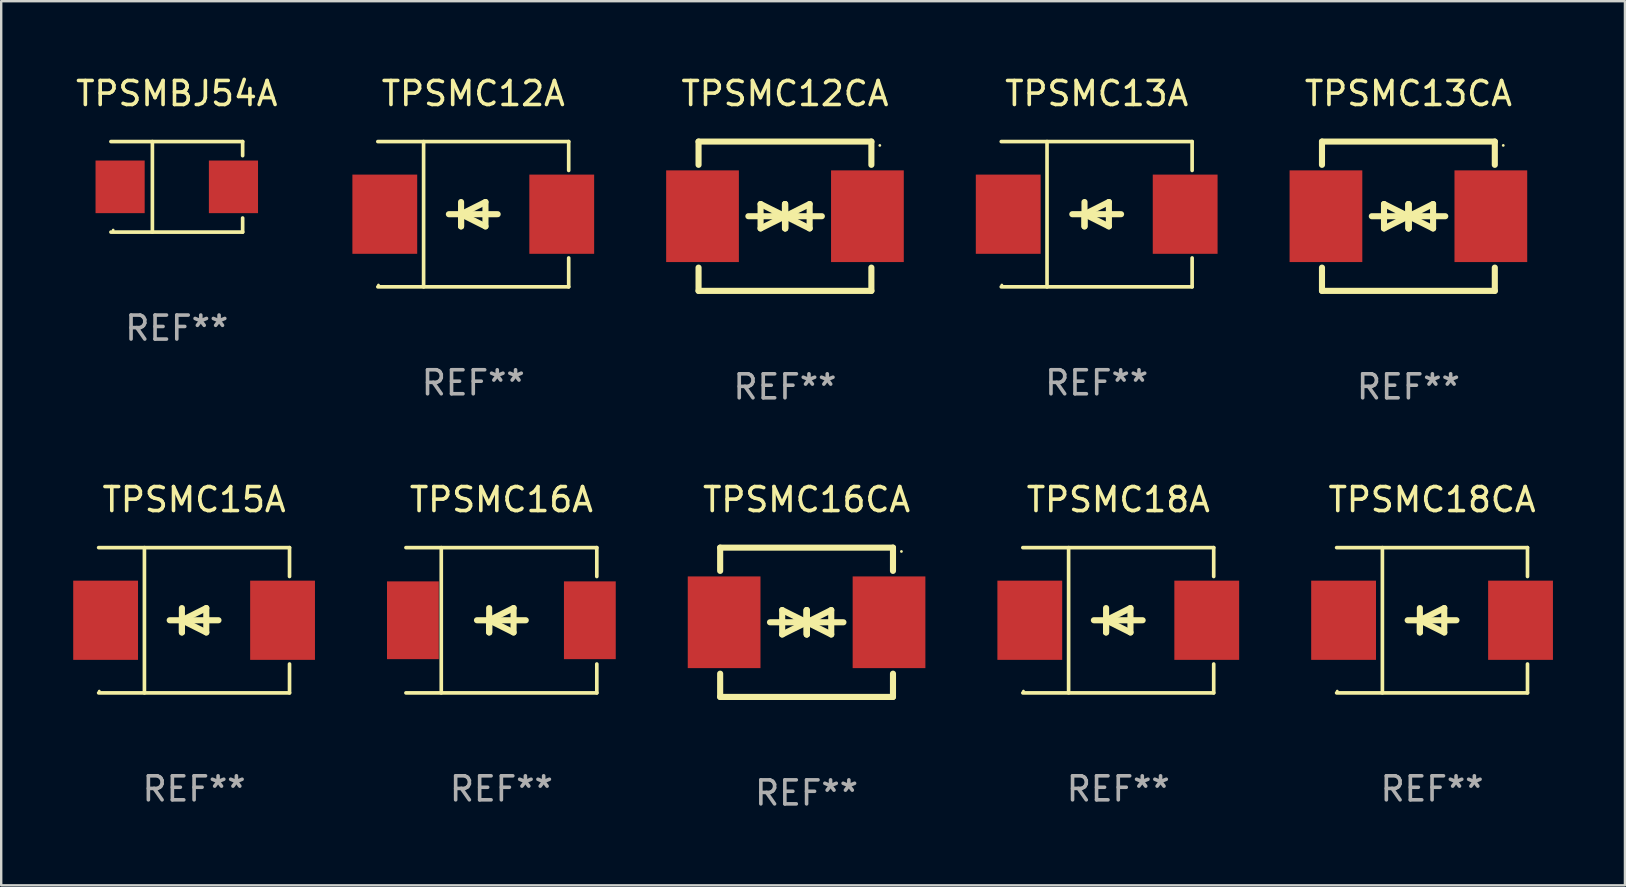
<source format=kicad_pcb>
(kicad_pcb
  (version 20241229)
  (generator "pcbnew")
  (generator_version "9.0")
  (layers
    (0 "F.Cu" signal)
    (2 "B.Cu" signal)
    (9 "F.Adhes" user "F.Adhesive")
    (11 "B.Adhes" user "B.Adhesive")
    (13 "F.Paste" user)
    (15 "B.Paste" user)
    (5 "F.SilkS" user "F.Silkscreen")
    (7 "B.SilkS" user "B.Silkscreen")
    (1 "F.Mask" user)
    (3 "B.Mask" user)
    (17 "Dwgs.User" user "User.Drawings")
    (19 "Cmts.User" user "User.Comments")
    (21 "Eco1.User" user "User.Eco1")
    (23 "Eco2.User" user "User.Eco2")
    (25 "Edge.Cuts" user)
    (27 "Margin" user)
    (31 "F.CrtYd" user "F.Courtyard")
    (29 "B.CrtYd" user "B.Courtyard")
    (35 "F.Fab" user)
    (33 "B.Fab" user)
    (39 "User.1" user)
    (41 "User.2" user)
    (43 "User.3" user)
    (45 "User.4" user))
  (footprint "TPSMC18A"
    (layer "F.Cu")
    (at 43.539 22.791)
    (property "Reference" "TPSMC18A" (at 0 -5.026 0) (layer "F.SilkS") (effects (font (size 1 1) (thickness 0.15))))
    (attr through_hole)
    (fp_line (start -3.976 -3.026) (end 3.976 -3.026) (stroke (width 0.152) (type solid)) (layer "F.SilkS"))
    (fp_line (start -3.976 3.026) (end 3.976 3.026) (stroke (width 0.152) (type solid)) (layer "F.SilkS"))
    (fp_line (start -2.069 -3.026) (end -2.069 3.026) (stroke (width 0.152) (type solid)) (layer "F.SilkS"))
    (fp_line (start -0.508 0) (end -0.508 0.508) (stroke (width 0.254) (type solid)) (layer "F.SilkS"))
    (fp_line (start -0.508 0) (end 0.508 0.508) (stroke (width 0.254) (type solid)) (layer "F.SilkS"))
    (fp_line (start -0.508 0.508) (end -0.508 -0.508) (stroke (width 0.254) (type solid)) (layer "F.SilkS"))
    (fp_line (start 0.508 -0.508) (end -0.508 0) (stroke (width 0.254) (type solid)) (layer "F.SilkS"))
    (fp_line (start 0.508 0.508) (end 0.508 -0.508) (stroke (width 0.254) (type solid)) (layer "F.SilkS"))
    (fp_line (start 1.016 0) (end -1.016 0) (stroke (width 0.254) (type solid)) (layer "F.SilkS"))
    (fp_line (start 3.976 -3.026) (end 3.976 -1.823) (stroke (width 0.152) (type solid)) (layer "F.SilkS"))
    (fp_line (start 3.976 3.026) (end 3.976 1.823) (stroke (width 0.152) (type solid)) (layer "F.SilkS"))
    (fp_circle (center -3.95 2.95) (end -3.92 2.95) (stroke (width 0.06) (type solid)) (fill no) (layer "F.SilkS"))
    (fp_text user "REF**" (at 0 7.026 0) (layer "F.Fab") (effects (font (size 1 1) (thickness 0.15))))
    (pad "1" smd rect (at -3.686 0) (size 2.7 3.3) (layers "F.Cu" "F.Mask" "F.Paste"))
    (pad "2" smd rect (at 3.686 0) (size 2.7 3.3) (layers "F.Cu" "F.Mask" "F.Paste")))
  (footprint "TPSMC16A"
    (layer "F.Cu")
    (at 17.838 22.791)
    (property "Reference" "TPSMC16A" (at 0 -5.026 0) (layer "F.SilkS") (effects (font (size 1 1) (thickness 0.15))))
    (attr through_hole)
    (fp_line (start -3.976 -3.026) (end 3.976 -3.026) (stroke (width 0.152) (type solid)) (layer "F.SilkS"))
    (fp_line (start -3.976 3.026) (end 3.976 3.026) (stroke (width 0.152) (type solid)) (layer "F.SilkS"))
    (fp_line (start -2.504 -3.026) (end -2.504 3.026) (stroke (width 0.152) (type solid)) (layer "F.SilkS"))
    (fp_line (start -0.508 0) (end -0.508 0.508) (stroke (width 0.254) (type solid)) (layer "F.SilkS"))
    (fp_line (start -0.508 0) (end 0.508 0.508) (stroke (width 0.254) (type solid)) (layer "F.SilkS"))
    (fp_line (start -0.508 0.508) (end -0.508 -0.508) (stroke (width 0.254) (type solid)) (layer "F.SilkS"))
    (fp_line (start 0.508 -0.508) (end -0.508 0) (stroke (width 0.254) (type solid)) (layer "F.SilkS"))
    (fp_line (start 0.508 0.508) (end 0.508 -0.508) (stroke (width 0.254) (type solid)) (layer "F.SilkS"))
    (fp_line (start 1.016 0) (end -1.016 0) (stroke (width 0.254) (type solid)) (layer "F.SilkS"))
    (fp_line (start 3.976 -3.026) (end 3.976 -1.823) (stroke (width 0.152) (type solid)) (layer "F.SilkS"))
    (fp_line (start 3.976 3.026) (end 3.976 1.823) (stroke (width 0.152) (type solid)) (layer "F.SilkS"))
    (fp_circle (center 3.95 -2.95) (end 3.98 -2.95) (stroke (width 0.06) (type solid)) (fill no) (layer "F.SilkS"))
    (fp_text user "REF**" (at 0 7.026 0) (layer "F.Fab") (effects (font (size 1 1) (thickness 0.15))))
    (pad "1" smd rect (at 3.686 0 180) (size 2.158 3.24) (layers "F.Cu" "F.Mask" "F.Paste"))
    (pad "2" smd rect (at -3.686 0 180) (size 2.158 3.24) (layers "F.Cu" "F.Mask" "F.Paste")))
  (footprint "TPSMC12A"
    (layer "F.Cu")
    (at 16.667 5.874)
    (property "Reference" "TPSMC12A" (at 0 -5.026 0) (layer "F.SilkS") (effects (font (size 1 1) (thickness 0.15))))
    (attr through_hole)
    (fp_line (start -3.976 -3.026) (end 3.976 -3.026) (stroke (width 0.152) (type solid)) (layer "F.SilkS"))
    (fp_line (start -3.976 3.026) (end 3.976 3.026) (stroke (width 0.152) (type solid)) (layer "F.SilkS"))
    (fp_line (start -2.069 -3.026) (end -2.069 3.026) (stroke (width 0.152) (type solid)) (layer "F.SilkS"))
    (fp_line (start -0.508 0) (end -0.508 0.508) (stroke (width 0.254) (type solid)) (layer "F.SilkS"))
    (fp_line (start -0.508 0) (end 0.508 0.508) (stroke (width 0.254) (type solid)) (layer "F.SilkS"))
    (fp_line (start -0.508 0.508) (end -0.508 -0.508) (stroke (width 0.254) (type solid)) (layer "F.SilkS"))
    (fp_line (start 0.508 -0.508) (end -0.508 0) (stroke (width 0.254) (type solid)) (layer "F.SilkS"))
    (fp_line (start 0.508 0.508) (end 0.508 -0.508) (stroke (width 0.254) (type solid)) (layer "F.SilkS"))
    (fp_line (start 1.016 0) (end -1.016 0) (stroke (width 0.254) (type solid)) (layer "F.SilkS"))
    (fp_line (start 3.976 -3.026) (end 3.976 -1.823) (stroke (width 0.152) (type solid)) (layer "F.SilkS"))
    (fp_line (start 3.976 3.026) (end 3.976 1.823) (stroke (width 0.152) (type solid)) (layer "F.SilkS"))
    (fp_circle (center -3.95 2.95) (end -3.92 2.95) (stroke (width 0.06) (type solid)) (fill no) (layer "F.SilkS"))
    (fp_text user "REF**" (at 0 7.026 0) (layer "F.Fab") (effects (font (size 1 1) (thickness 0.15))))
    (pad "1" smd rect (at -3.686 0) (size 2.7 3.3) (layers "F.Cu" "F.Mask" "F.Paste"))
    (pad "2" smd rect (at 3.686 0) (size 2.7 3.3) (layers "F.Cu" "F.Mask" "F.Paste")))
  (footprint "TPSMC12CA"
    (layer "F.Cu")
    (at 29.653 5.958)
    (property "Reference" "TPSMC12CA" (at 0 -5.11 0) (layer "F.SilkS") (effects (font (size 1 1) (thickness 0.15))))
    (attr through_hole)
    (fp_line (start -3.6 -2.141) (end -3.6 -3.11) (stroke (width 0.254) (type solid)) (layer "F.SilkS"))
    (fp_line (start -3.6 3.11) (end -3.6 2.141) (stroke (width 0.254) (type solid)) (layer "F.SilkS"))
    (fp_line (start -1.524 0) (end 0.508 0) (stroke (width 0.254) (type solid)) (layer "F.SilkS"))
    (fp_line (start -1.016 -0.508) (end -1.016 0.508) (stroke (width 0.254) (type solid)) (layer "F.SilkS"))
    (fp_line (start -1.016 0.508) (end 0 0) (stroke (width 0.254) (type solid)) (layer "F.SilkS"))
    (fp_line (start 0 -0.508) (end 0 0.508) (stroke (width 0.254) (type solid)) (layer "F.SilkS"))
    (fp_line (start 0 0) (end -1.016 -0.508) (stroke (width 0.254) (type solid)) (layer "F.SilkS"))
    (fp_line (start 0 0) (end 0 -0.508) (stroke (width 0.254) (type solid)) (layer "F.SilkS"))
    (fp_line (start 0.012 0) (end 0.012 0.508) (stroke (width 0.254) (type solid)) (layer "F.SilkS"))
    (fp_line (start 0.012 0) (end 1.028 0.508) (stroke (width 0.254) (type solid)) (layer "F.SilkS"))
    (fp_line (start 0.012 0.508) (end 0.012 -0.508) (stroke (width 0.254) (type solid)) (layer "F.SilkS"))
    (fp_line (start 1.028 -0.508) (end 0.012 0) (stroke (width 0.254) (type solid)) (layer "F.SilkS"))
    (fp_line (start 1.028 0.508) (end 1.028 -0.508) (stroke (width 0.254) (type solid)) (layer "F.SilkS"))
    (fp_line (start 1.536 0) (end -0.496 0) (stroke (width 0.254) (type solid)) (layer "F.SilkS"))
    (fp_line (start 3.6 -3.11) (end -3.6 -3.11) (stroke (width 0.254) (type solid)) (layer "F.SilkS"))
    (fp_line (start 3.6 -2.141) (end 3.6 -3.11) (stroke (width 0.254) (type solid)) (layer "F.SilkS"))
    (fp_line (start 3.6 3.11) (end -3.6 3.11) (stroke (width 0.254) (type solid)) (layer "F.SilkS"))
    (fp_line (start 3.6 3.11) (end 3.6 2.141) (stroke (width 0.254) (type solid)) (layer "F.SilkS"))
    (fp_circle (center 3.952 -2.95) (end 3.982 -2.95) (stroke (width 0.06) (type solid)) (fill no) (layer "F.SilkS"))
    (fp_text user "REF**" (at 0 7.11 0) (layer "F.Fab") (effects (font (size 1 1) (thickness 0.15))))
    (pad "1" smd rect (at 3.435 0) (size 3.03 3.82) (layers "F.Cu" "F.Mask" "F.Paste"))
    (pad "2" smd rect (at -3.435 0) (size 3.03 3.82) (layers "F.Cu" "F.Mask" "F.Paste")))
  (footprint "TPSMC13A"
    (layer "F.Cu")
    (at 42.64 5.874)
    (property "Reference" "TPSMC13A" (at 0 -5.026 0) (layer "F.SilkS") (effects (font (size 1 1) (thickness 0.15))))
    (attr through_hole)
    (fp_line (start -3.976 -3.026) (end 3.976 -3.026) (stroke (width 0.152) (type solid)) (layer "F.SilkS"))
    (fp_line (start -3.976 3.026) (end 3.976 3.026) (stroke (width 0.152) (type solid)) (layer "F.SilkS"))
    (fp_line (start -2.069 -3.026) (end -2.069 3.026) (stroke (width 0.152) (type solid)) (layer "F.SilkS"))
    (fp_line (start -0.508 0) (end -0.508 0.508) (stroke (width 0.254) (type solid)) (layer "F.SilkS"))
    (fp_line (start -0.508 0) (end 0.508 0.508) (stroke (width 0.254) (type solid)) (layer "F.SilkS"))
    (fp_line (start -0.508 0.508) (end -0.508 -0.508) (stroke (width 0.254) (type solid)) (layer "F.SilkS"))
    (fp_line (start 0.508 -0.508) (end -0.508 0) (stroke (width 0.254) (type solid)) (layer "F.SilkS"))
    (fp_line (start 0.508 0.508) (end 0.508 -0.508) (stroke (width 0.254) (type solid)) (layer "F.SilkS"))
    (fp_line (start 1.016 0) (end -1.016 0) (stroke (width 0.254) (type solid)) (layer "F.SilkS"))
    (fp_line (start 3.976 -3.026) (end 3.976 -1.823) (stroke (width 0.152) (type solid)) (layer "F.SilkS"))
    (fp_line (start 3.976 3.026) (end 3.976 1.823) (stroke (width 0.152) (type solid)) (layer "F.SilkS"))
    (fp_circle (center -3.95 2.95) (end -3.92 2.95) (stroke (width 0.06) (type solid)) (fill no) (layer "F.SilkS"))
    (fp_text user "REF**" (at 0 7.026 0) (layer "F.Fab") (effects (font (size 1 1) (thickness 0.15))))
    (pad "1" smd rect (at -3.686 0) (size 2.7 3.3) (layers "F.Cu" "F.Mask" "F.Paste"))
    (pad "2" smd rect (at 3.686 0) (size 2.7 3.3) (layers "F.Cu" "F.Mask" "F.Paste")))
  (footprint "TPSMC15A"
    (layer "F.Cu")
    (at 5.036 22.791)
    (property "Reference" "TPSMC15A" (at 0 -5.026 0) (layer "F.SilkS") (effects (font (size 1 1) (thickness 0.15))))
    (attr through_hole)
    (fp_line (start -3.976 -3.026) (end 3.976 -3.026) (stroke (width 0.152) (type solid)) (layer "F.SilkS"))
    (fp_line (start -3.976 3.026) (end 3.976 3.026) (stroke (width 0.152) (type solid)) (layer "F.SilkS"))
    (fp_line (start -2.069 -3.026) (end -2.069 3.026) (stroke (width 0.152) (type solid)) (layer "F.SilkS"))
    (fp_line (start -0.508 0) (end -0.508 0.508) (stroke (width 0.254) (type solid)) (layer "F.SilkS"))
    (fp_line (start -0.508 0) (end 0.508 0.508) (stroke (width 0.254) (type solid)) (layer "F.SilkS"))
    (fp_line (start -0.508 0.508) (end -0.508 -0.508) (stroke (width 0.254) (type solid)) (layer "F.SilkS"))
    (fp_line (start 0.508 -0.508) (end -0.508 0) (stroke (width 0.254) (type solid)) (layer "F.SilkS"))
    (fp_line (start 0.508 0.508) (end 0.508 -0.508) (stroke (width 0.254) (type solid)) (layer "F.SilkS"))
    (fp_line (start 1.016 0) (end -1.016 0) (stroke (width 0.254) (type solid)) (layer "F.SilkS"))
    (fp_line (start 3.976 -3.026) (end 3.976 -1.823) (stroke (width 0.152) (type solid)) (layer "F.SilkS"))
    (fp_line (start 3.976 3.026) (end 3.976 1.823) (stroke (width 0.152) (type solid)) (layer "F.SilkS"))
    (fp_circle (center -3.95 2.95) (end -3.92 2.95) (stroke (width 0.06) (type solid)) (fill no) (layer "F.SilkS"))
    (fp_text user "REF**" (at 0 7.026 0) (layer "F.Fab") (effects (font (size 1 1) (thickness 0.15))))
    (pad "1" smd rect (at -3.686 0) (size 2.7 3.3) (layers "F.Cu" "F.Mask" "F.Paste"))
    (pad "2" smd rect (at 3.686 0) (size 2.7 3.3) (layers "F.Cu" "F.Mask" "F.Paste")))
  (footprint "TPSMC16CA"
    (layer "F.Cu")
    (at 30.553 22.875)
    (property "Reference" "TPSMC16CA" (at 0 -5.11 0) (layer "F.SilkS") (effects (font (size 1 1) (thickness 0.15))))
    (attr through_hole)
    (fp_line (start -3.6 -2.141) (end -3.6 -3.11) (stroke (width 0.254) (type solid)) (layer "F.SilkS"))
    (fp_line (start -3.6 3.11) (end -3.6 2.141) (stroke (width 0.254) (type solid)) (layer "F.SilkS"))
    (fp_line (start -1.524 0) (end 0.508 0) (stroke (width 0.254) (type solid)) (layer "F.SilkS"))
    (fp_line (start -1.016 -0.508) (end -1.016 0.508) (stroke (width 0.254) (type solid)) (layer "F.SilkS"))
    (fp_line (start -1.016 0.508) (end 0 0) (stroke (width 0.254) (type solid)) (layer "F.SilkS"))
    (fp_line (start 0 -0.508) (end 0 0.508) (stroke (width 0.254) (type solid)) (layer "F.SilkS"))
    (fp_line (start 0 0) (end -1.016 -0.508) (stroke (width 0.254) (type solid)) (layer "F.SilkS"))
    (fp_line (start 0 0) (end 0 -0.508) (stroke (width 0.254) (type solid)) (layer "F.SilkS"))
    (fp_line (start 0.012 0) (end 0.012 0.508) (stroke (width 0.254) (type solid)) (layer "F.SilkS"))
    (fp_line (start 0.012 0) (end 1.028 0.508) (stroke (width 0.254) (type solid)) (layer "F.SilkS"))
    (fp_line (start 0.012 0.508) (end 0.012 -0.508) (stroke (width 0.254) (type solid)) (layer "F.SilkS"))
    (fp_line (start 1.028 -0.508) (end 0.012 0) (stroke (width 0.254) (type solid)) (layer "F.SilkS"))
    (fp_line (start 1.028 0.508) (end 1.028 -0.508) (stroke (width 0.254) (type solid)) (layer "F.SilkS"))
    (fp_line (start 1.536 0) (end -0.496 0) (stroke (width 0.254) (type solid)) (layer "F.SilkS"))
    (fp_line (start 3.6 -3.11) (end -3.6 -3.11) (stroke (width 0.254) (type solid)) (layer "F.SilkS"))
    (fp_line (start 3.6 -2.141) (end 3.6 -3.11) (stroke (width 0.254) (type solid)) (layer "F.SilkS"))
    (fp_line (start 3.6 3.11) (end -3.6 3.11) (stroke (width 0.254) (type solid)) (layer "F.SilkS"))
    (fp_line (start 3.6 3.11) (end 3.6 2.141) (stroke (width 0.254) (type solid)) (layer "F.SilkS"))
    (fp_circle (center 3.952 -2.95) (end 3.982 -2.95) (stroke (width 0.06) (type solid)) (fill no) (layer "F.SilkS"))
    (fp_text user "REF**" (at 0 7.11 0) (layer "F.Fab") (effects (font (size 1 1) (thickness 0.15))))
    (pad "1" smd rect (at 3.435 0) (size 3.03 3.82) (layers "F.Cu" "F.Mask" "F.Paste"))
    (pad "2" smd rect (at -3.435 0) (size 3.03 3.82) (layers "F.Cu" "F.Mask" "F.Paste")))
  (footprint "TPSMC13CA"
    (layer "F.Cu")
    (at 55.626 5.958)
    (property "Reference" "TPSMC13CA" (at 0 -5.11 0) (layer "F.SilkS") (effects (font (size 1 1) (thickness 0.15))))
    (attr through_hole)
    (fp_line (start -3.6 -2.141) (end -3.6 -3.11) (stroke (width 0.254) (type solid)) (layer "F.SilkS"))
    (fp_line (start -3.6 3.11) (end -3.6 2.141) (stroke (width 0.254) (type solid)) (layer "F.SilkS"))
    (fp_line (start -1.524 0) (end 0.508 0) (stroke (width 0.254) (type solid)) (layer "F.SilkS"))
    (fp_line (start -1.016 -0.508) (end -1.016 0.508) (stroke (width 0.254) (type solid)) (layer "F.SilkS"))
    (fp_line (start -1.016 0.508) (end 0 0) (stroke (width 0.254) (type solid)) (layer "F.SilkS"))
    (fp_line (start 0 -0.508) (end 0 0.508) (stroke (width 0.254) (type solid)) (layer "F.SilkS"))
    (fp_line (start 0 0) (end -1.016 -0.508) (stroke (width 0.254) (type solid)) (layer "F.SilkS"))
    (fp_line (start 0 0) (end 0 -0.508) (stroke (width 0.254) (type solid)) (layer "F.SilkS"))
    (fp_line (start 0.012 0) (end 0.012 0.508) (stroke (width 0.254) (type solid)) (layer "F.SilkS"))
    (fp_line (start 0.012 0) (end 1.028 0.508) (stroke (width 0.254) (type solid)) (layer "F.SilkS"))
    (fp_line (start 0.012 0.508) (end 0.012 -0.508) (stroke (width 0.254) (type solid)) (layer "F.SilkS"))
    (fp_line (start 1.028 -0.508) (end 0.012 0) (stroke (width 0.254) (type solid)) (layer "F.SilkS"))
    (fp_line (start 1.028 0.508) (end 1.028 -0.508) (stroke (width 0.254) (type solid)) (layer "F.SilkS"))
    (fp_line (start 1.536 0) (end -0.496 0) (stroke (width 0.254) (type solid)) (layer "F.SilkS"))
    (fp_line (start 3.6 -3.11) (end -3.6 -3.11) (stroke (width 0.254) (type solid)) (layer "F.SilkS"))
    (fp_line (start 3.6 -2.141) (end 3.6 -3.11) (stroke (width 0.254) (type solid)) (layer "F.SilkS"))
    (fp_line (start 3.6 3.11) (end -3.6 3.11) (stroke (width 0.254) (type solid)) (layer "F.SilkS"))
    (fp_line (start 3.6 3.11) (end 3.6 2.141) (stroke (width 0.254) (type solid)) (layer "F.SilkS"))
    (fp_circle (center 3.952 -2.95) (end 3.982 -2.95) (stroke (width 0.06) (type solid)) (fill no) (layer "F.SilkS"))
    (fp_text user "REF**" (at 0 7.11 0) (layer "F.Fab") (effects (font (size 1 1) (thickness 0.15))))
    (pad "1" smd rect (at 3.435 0) (size 3.03 3.82) (layers "F.Cu" "F.Mask" "F.Paste"))
    (pad "2" smd rect (at -3.435 0) (size 3.03 3.82) (layers "F.Cu" "F.Mask" "F.Paste")))
  (footprint "TPSMC18CA"
    (layer "F.Cu")
    (at 56.612 22.791)
    (property "Reference" "TPSMC18CA" (at 0 -5.026 0) (layer "F.SilkS") (effects (font (size 1 1) (thickness 0.15))))
    (attr through_hole)
    (fp_line (start -3.976 -3.026) (end 3.976 -3.026) (stroke (width 0.152) (type solid)) (layer "F.SilkS"))
    (fp_line (start -3.976 3.026) (end 3.976 3.026) (stroke (width 0.152) (type solid)) (layer "F.SilkS"))
    (fp_line (start -2.069 -3.026) (end -2.069 3.026) (stroke (width 0.152) (type solid)) (layer "F.SilkS"))
    (fp_line (start -0.508 0) (end -0.508 0.508) (stroke (width 0.254) (type solid)) (layer "F.SilkS"))
    (fp_line (start -0.508 0) (end 0.508 0.508) (stroke (width 0.254) (type solid)) (layer "F.SilkS"))
    (fp_line (start -0.508 0.508) (end -0.508 -0.508) (stroke (width 0.254) (type solid)) (layer "F.SilkS"))
    (fp_line (start 0.508 -0.508) (end -0.508 0) (stroke (width 0.254) (type solid)) (layer "F.SilkS"))
    (fp_line (start 0.508 0.508) (end 0.508 -0.508) (stroke (width 0.254) (type solid)) (layer "F.SilkS"))
    (fp_line (start 1.016 0) (end -1.016 0) (stroke (width 0.254) (type solid)) (layer "F.SilkS"))
    (fp_line (start 3.976 -3.026) (end 3.976 -1.823) (stroke (width 0.152) (type solid)) (layer "F.SilkS"))
    (fp_line (start 3.976 3.026) (end 3.976 1.823) (stroke (width 0.152) (type solid)) (layer "F.SilkS"))
    (fp_circle (center -3.95 2.95) (end -3.92 2.95) (stroke (width 0.06) (type solid)) (fill no) (layer "F.SilkS"))
    (fp_text user "REF**" (at 0 7.026 0) (layer "F.Fab") (effects (font (size 1 1) (thickness 0.15))))
    (pad "1" smd rect (at -3.686 0) (size 2.7 3.3) (layers "F.Cu" "F.Mask" "F.Paste"))
    (pad "2" smd rect (at 3.686 0) (size 2.7 3.3) (layers "F.Cu" "F.Mask" "F.Paste")))
  (footprint "TPSMBJ54A"
    (layer "F.Cu")
    (at 4.315 4.734)
    (property "Reference" "TPSMBJ54A" (at 0 -3.886 0) (layer "F.SilkS") (effects (font (size 1 1) (thickness 0.15))))
    (attr through_hole)
    (fp_line (start -2.744 -1.886) (end 2.744 -1.886) (stroke (width 0.152) (type solid)) (layer "F.SilkS"))
    (fp_line (start -2.744 1.886) (end 2.744 1.886) (stroke (width 0.152) (type solid)) (layer "F.SilkS"))
    (fp_line (start -1.016 -1.886) (end -1.016 1.886) (stroke (width 0.152) (type solid)) (layer "F.SilkS"))
    (fp_line (start 2.744 -1.886) (end 2.744 -1.299) (stroke (width 0.152) (type solid)) (layer "F.SilkS"))
    (fp_line (start 2.744 1.886) (end 2.744 1.299) (stroke (width 0.152) (type solid)) (layer "F.SilkS"))
    (fp_circle (center -2.65 1.8) (end -2.62 1.8) (stroke (width 0.06) (type solid)) (fill no) (layer "F.SilkS"))
    (fp_text user "REF**" (at 0 5.886 0) (layer "F.Fab") (effects (font (size 1 1) (thickness 0.15))))
    (pad "1" smd rect (at -2.361 0) (size 2.047 2.192) (layers "F.Cu" "F.Mask" "F.Paste"))
    (pad "2" smd rect (at 2.361 0) (size 2.047 2.192) (layers "F.Cu" "F.Mask" "F.Paste")))
  (gr_rect
    (start -3 -3)
    (end 64.648 33.833)
    (stroke (width 0.1) (type default))
    (fill no)
    (layer "Edge.Cuts")))
</source>
